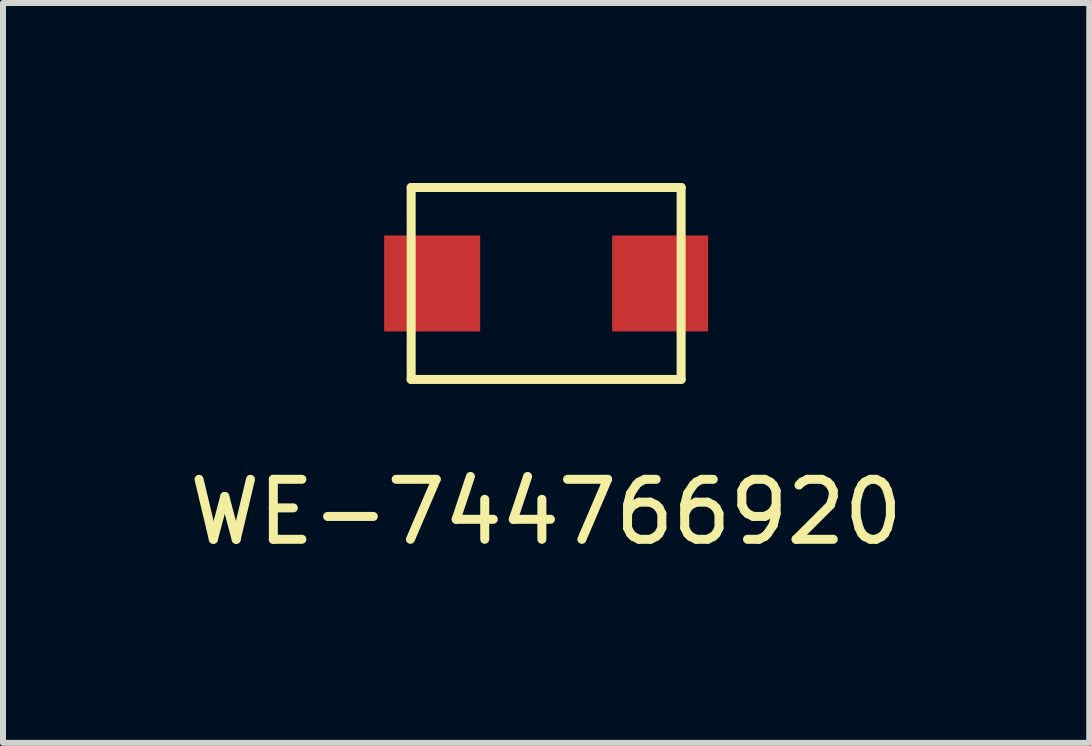
<source format=kicad_pcb>
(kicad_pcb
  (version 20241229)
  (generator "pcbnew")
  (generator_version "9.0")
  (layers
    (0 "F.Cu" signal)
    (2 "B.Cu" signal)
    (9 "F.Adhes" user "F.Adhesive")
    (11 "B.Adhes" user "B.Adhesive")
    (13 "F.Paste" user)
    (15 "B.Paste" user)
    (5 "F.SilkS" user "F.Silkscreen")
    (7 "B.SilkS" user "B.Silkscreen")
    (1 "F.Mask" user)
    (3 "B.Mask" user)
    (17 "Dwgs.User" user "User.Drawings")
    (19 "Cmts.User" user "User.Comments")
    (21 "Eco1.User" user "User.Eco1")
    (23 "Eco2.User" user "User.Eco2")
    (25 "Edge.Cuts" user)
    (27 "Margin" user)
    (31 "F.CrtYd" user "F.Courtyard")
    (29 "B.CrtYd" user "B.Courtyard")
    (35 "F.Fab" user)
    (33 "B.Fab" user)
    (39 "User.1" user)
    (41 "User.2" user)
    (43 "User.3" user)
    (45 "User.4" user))
  (footprint "WE-744766920"
    (layer "F.Cu")
    (at 6.054 1.675)
    (property "Reference" "WE-744766920" (at 0 3.81 0) (layer "F.SilkS") (effects (font (size 1 1) (thickness 0.15))))
    (attr through_hole)
    (fp_line (start -2.25 -1.6) (end -2.25 1.6) (stroke (width 0.15) (type solid)) (layer "F.SilkS"))
    (fp_line (start -2.25 1.6) (end 2.25 1.6) (stroke (width 0.15) (type solid)) (layer "F.SilkS"))
    (fp_line (start 2.25 -1.6) (end -2.25 -1.6) (stroke (width 0.15) (type solid)) (layer "F.SilkS"))
    (fp_line (start 2.25 1.6) (end 2.25 -1.6) (stroke (width 0.15) (type solid)) (layer "F.SilkS"))
    (pad "1" smd rect (at -1.9 0) (size 1.6 1.6) (layers "F.Cu" "F.Mask" "F.Paste"))
    (pad "2" smd rect (at 1.9 0) (size 1.6 1.6) (layers "F.Cu" "F.Mask" "F.Paste")))
  (gr_rect
    (start -3 -3)
    (end 15.107 9.333)
    (stroke (width 0.1) (type default))
    (fill no)
    (layer "Edge.Cuts")))
</source>
